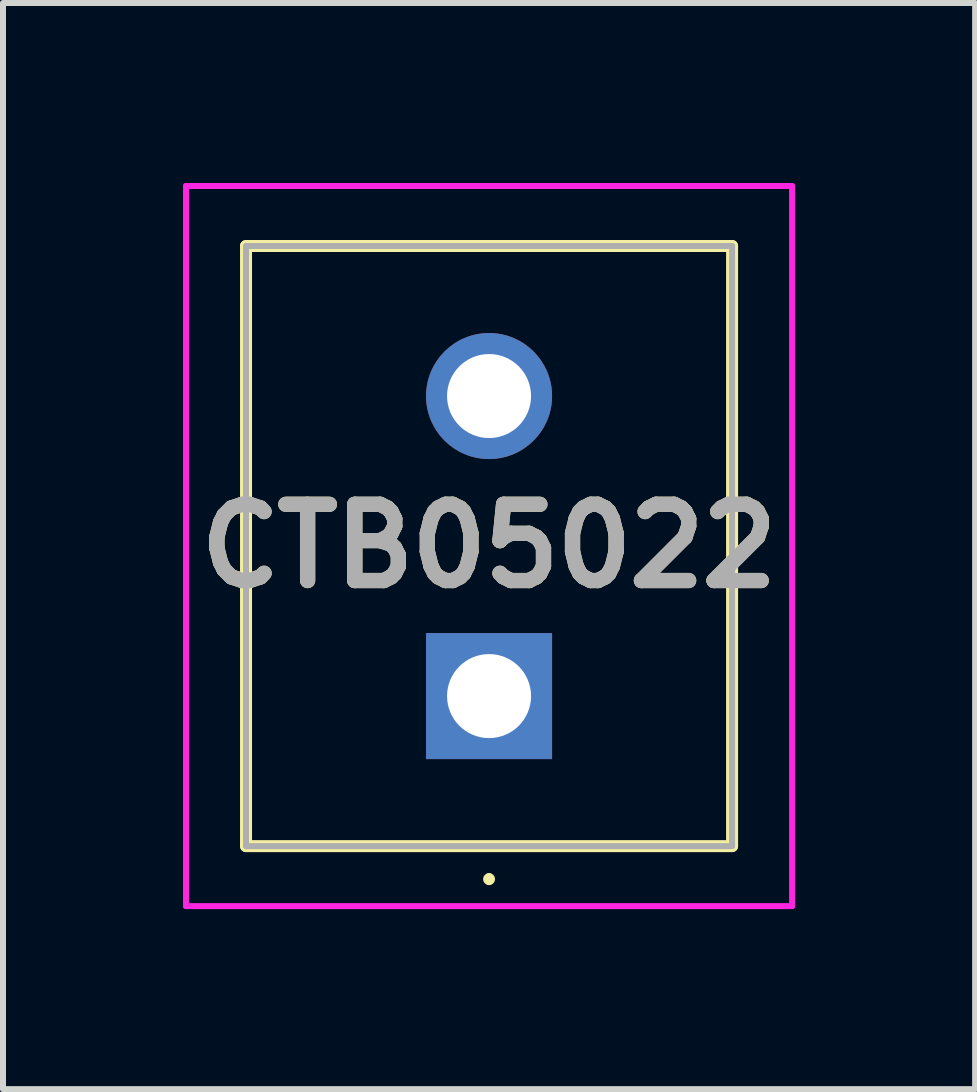
<source format=kicad_pcb>
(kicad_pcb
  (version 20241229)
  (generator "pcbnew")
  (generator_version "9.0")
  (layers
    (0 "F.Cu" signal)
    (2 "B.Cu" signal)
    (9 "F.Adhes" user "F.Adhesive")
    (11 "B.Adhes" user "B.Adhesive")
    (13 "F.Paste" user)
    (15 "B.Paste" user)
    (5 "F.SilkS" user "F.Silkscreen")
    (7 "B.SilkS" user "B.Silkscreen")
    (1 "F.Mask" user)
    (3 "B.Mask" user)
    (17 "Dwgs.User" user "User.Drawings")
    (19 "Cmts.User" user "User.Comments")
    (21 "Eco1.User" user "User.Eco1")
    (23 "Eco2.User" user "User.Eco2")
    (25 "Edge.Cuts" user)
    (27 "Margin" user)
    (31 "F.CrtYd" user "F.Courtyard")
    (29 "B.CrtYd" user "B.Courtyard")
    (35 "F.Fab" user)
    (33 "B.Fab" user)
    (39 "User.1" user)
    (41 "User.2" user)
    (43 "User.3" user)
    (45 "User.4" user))
  (footprint "CTB05022"
    (layer "F.Cu")
    (at 5.1 8.55)
    (property "Reference" "CTB05022" (at 0 -2.5 0) (layer "F.SilkS") (effects (font (size 1.27 1.27) (thickness 0.254))))
    (attr through_hole)
    (fp_line (start -4.05 -7.5) (end 4.05 -7.5) (stroke (width 0.2) (type solid)) (layer "F.SilkS"))
    (fp_line (start -4.05 2.5) (end -4.05 -7.5) (stroke (width 0.2) (type solid)) (layer "F.SilkS"))
    (fp_line (start 0 3) (end 0 3) (stroke (width 0.1) (type solid)) (layer "F.SilkS"))
    (fp_line (start 0 3.1) (end 0 3.1) (stroke (width 0.1) (type solid)) (layer "F.SilkS"))
    (fp_line (start 4.05 -7.5) (end 4.05 2.5) (stroke (width 0.2) (type solid)) (layer "F.SilkS"))
    (fp_line (start 4.05 2.5) (end -4.05 2.5) (stroke (width 0.2) (type solid)) (layer "F.SilkS"))
    (fp_arc (start 0 3) (mid 0.05 3.05) (end 0 3.1) (stroke (width 0.1) (type solid)) (layer "F.SilkS"))
    (fp_arc (start 0 3.1) (mid -0.05 3.05) (end 0 3) (stroke (width 0.1) (type solid)) (layer "F.SilkS"))
    (fp_line (start -5.05 -8.5) (end 5.05 -8.5) (stroke (width 0.1) (type solid)) (layer "F.CrtYd"))
    (fp_line (start -5.05 3.5) (end -5.05 -8.5) (stroke (width 0.1) (type solid)) (layer "F.CrtYd"))
    (fp_line (start 5.05 -8.5) (end 5.05 3.5) (stroke (width 0.1) (type solid)) (layer "F.CrtYd"))
    (fp_line (start 5.05 3.5) (end -5.05 3.5) (stroke (width 0.1) (type solid)) (layer "F.CrtYd"))
    (fp_line (start -4.05 -7.5) (end 4.05 -7.5) (stroke (width 0.1) (type solid)) (layer "F.Fab"))
    (fp_line (start -4.05 2.5) (end -4.05 -7.5) (stroke (width 0.1) (type solid)) (layer "F.Fab"))
    (fp_line (start 4.05 -7.5) (end 4.05 2.5) (stroke (width 0.1) (type solid)) (layer "F.Fab"))
    (fp_line (start 4.05 2.5) (end -4.05 2.5) (stroke (width 0.1) (type solid)) (layer "F.Fab"))
    (fp_text user "${REFERENCE}" (at 0 -2.5 0) (layer "F.Fab") (effects (font (size 1.27 1.27) (thickness 0.254))))
    (pad "1" thru_hole rect (at 0 0) (size 2.1 2.1) (drill 1.4) (layers "*.Cu" "*.Mask"))
    (pad "2" thru_hole circle (at 0 -5) (size 2.1 2.1) (drill 1.4) (layers "*.Cu" "*.Mask")))
  (gr_rect
    (start -3 -3)
    (end 13.2 15.1)
    (stroke (width 0.1) (type default))
    (fill no)
    (layer "Edge.Cuts")))
</source>
